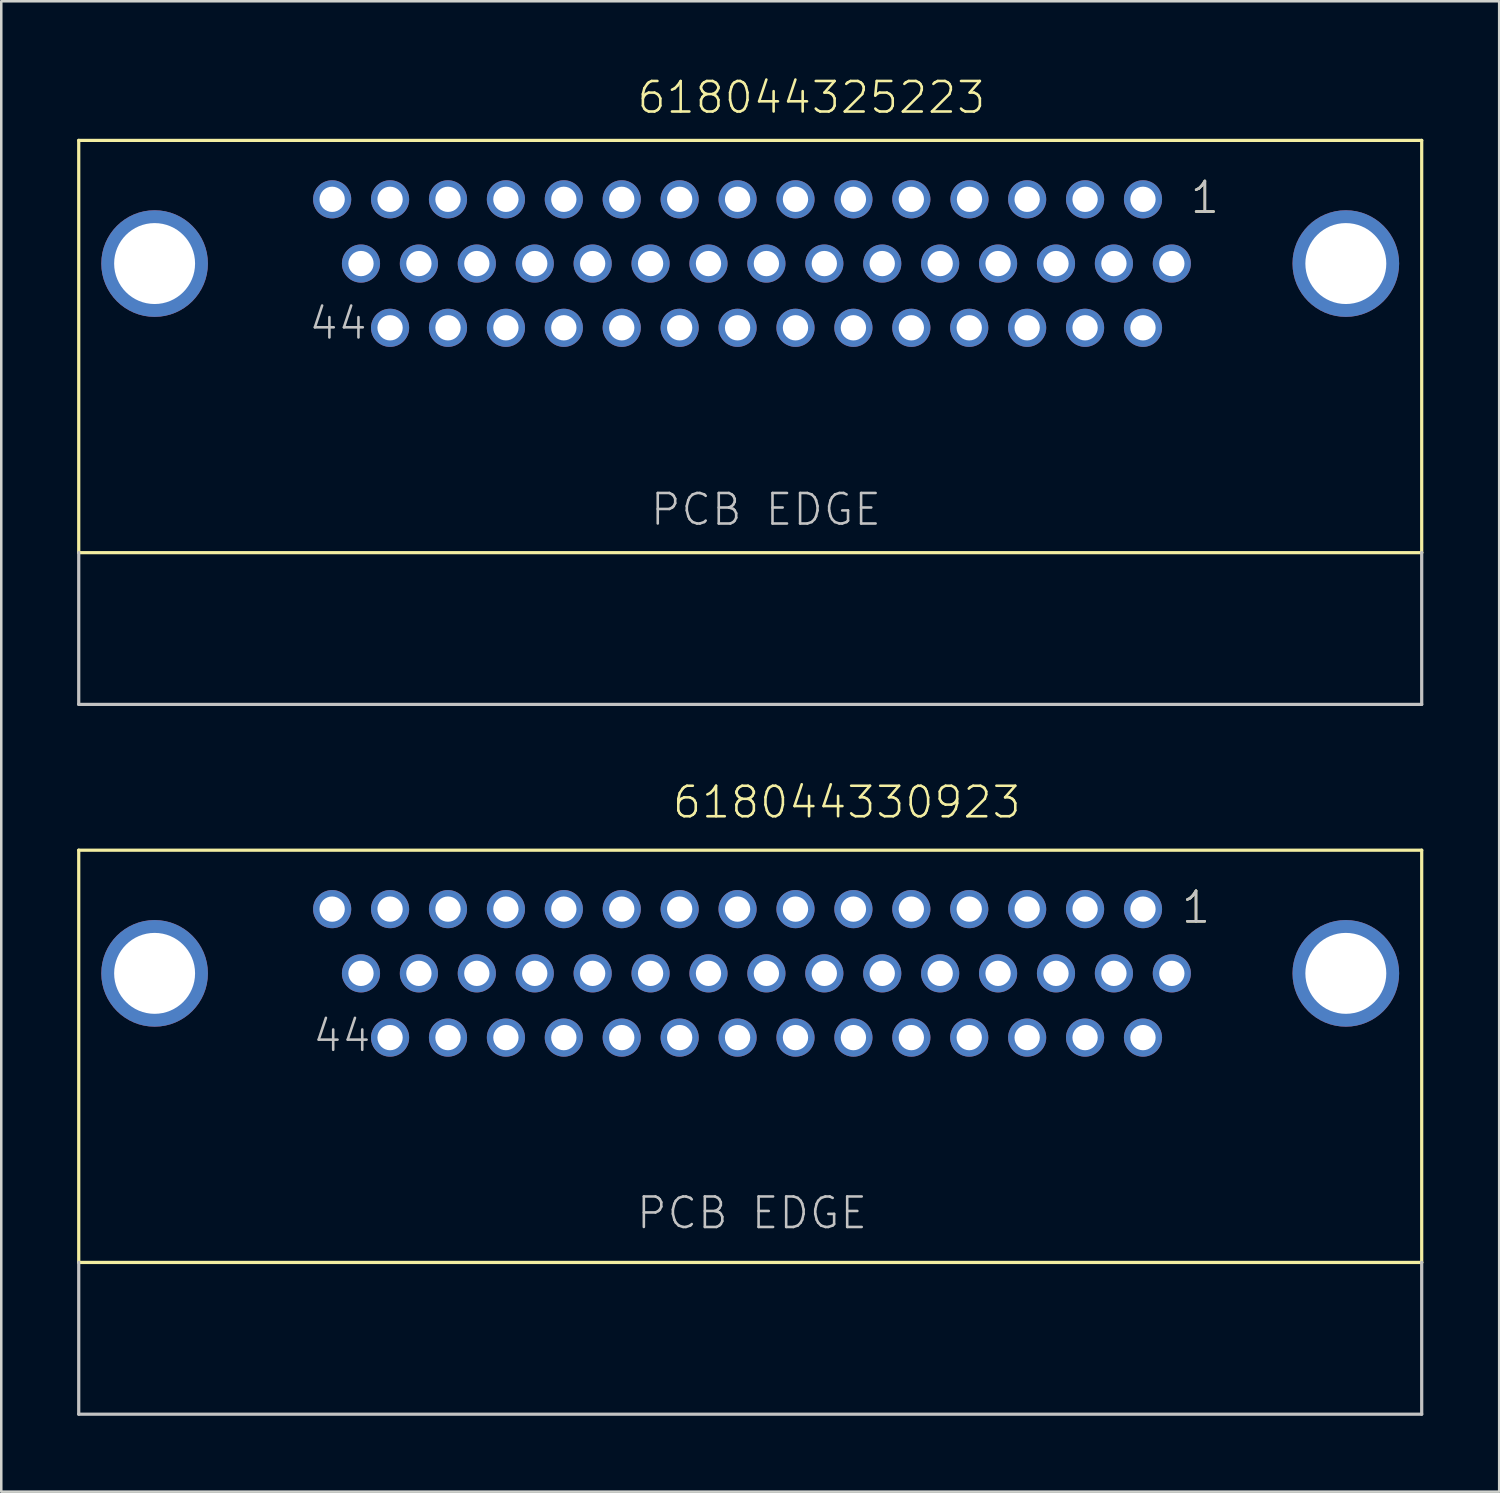
<source format=kicad_pcb>
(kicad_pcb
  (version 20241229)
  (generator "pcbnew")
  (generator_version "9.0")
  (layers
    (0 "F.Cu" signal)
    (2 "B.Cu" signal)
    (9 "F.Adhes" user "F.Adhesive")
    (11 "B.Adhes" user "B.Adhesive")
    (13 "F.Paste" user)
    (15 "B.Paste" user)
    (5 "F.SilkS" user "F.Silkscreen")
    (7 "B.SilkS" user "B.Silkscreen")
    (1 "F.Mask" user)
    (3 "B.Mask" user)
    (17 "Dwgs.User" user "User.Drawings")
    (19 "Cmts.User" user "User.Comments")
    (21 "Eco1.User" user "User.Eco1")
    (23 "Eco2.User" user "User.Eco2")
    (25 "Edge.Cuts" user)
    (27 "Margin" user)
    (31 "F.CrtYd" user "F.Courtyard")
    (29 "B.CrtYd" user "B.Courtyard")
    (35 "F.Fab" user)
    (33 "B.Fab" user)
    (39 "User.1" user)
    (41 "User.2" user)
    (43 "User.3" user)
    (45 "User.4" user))
  (footprint "618044330923"
    (layer "F.Cu")
    (at 26.613 35.436)
    (property "Reference" "618044330923" (at -3.14 -6.06 0) (layer "F.SilkS") (effects (font (size 1.206 1.206) (thickness 0.102)) (justify left bottom)))
    (attr through_hole)
    (fp_line (start -26.55 -4.87) (end 26.55 -4.87) (stroke (width 0.127) (type solid)) (layer "F.SilkS"))
    (fp_line (start -26.55 11.43) (end -26.55 -4.87) (stroke (width 0.127) (type solid)) (layer "F.SilkS"))
    (fp_line (start 26.55 -4.87) (end 26.55 11.43) (stroke (width 0.127) (type solid)) (layer "F.SilkS"))
    (fp_line (start 26.55 11.43) (end -26.55 11.43) (stroke (width 0.127) (type solid)) (layer "F.SilkS"))
    (fp_line (start -26.55 17.43) (end -26.55 11.43) (stroke (width 0.127) (type solid)) (layer "Dwgs.User"))
    (fp_line (start 26.55 11.43) (end 26.55 17.43) (stroke (width 0.127) (type solid)) (layer "Dwgs.User"))
    (fp_line (start 26.55 17.43) (end -26.55 17.43) (stroke (width 0.127) (type solid)) (layer "Dwgs.User"))
    (fp_text user "1" (at 16.985 -1.905 0) (layer "F.SilkS") (effects (font (size 1.206 1.206) (thickness 0.102)) (justify left bottom)))
    (fp_text user "1" (at 16.985 -1.905 0) (layer "Dwgs.User") (effects (font (size 1.206 1.206) (thickness 0.102)) (justify left bottom)))
    (fp_text user "PCB EDGE" (at -4.56 10.18 0) (layer "Dwgs.User") (effects (font (size 1.206 1.206) (thickness 0.102)) (justify left bottom)))
    (fp_text user "44" (at -17.36 3.175 0) (layer "Dwgs.User") (effects (font (size 1.206 1.206) (thickness 0.102)) (justify left bottom)))
    (pad "1" thru_hole circle (at 15.53 -2.54) (size 1.508 1.508) (drill 1) (layers "*.Cu" "*.Mask"))
    (pad "2" thru_hole circle (at 13.24 -2.54) (size 1.508 1.508) (drill 1) (layers "*.Cu" "*.Mask"))
    (pad "3" thru_hole circle (at 10.95 -2.54) (size 1.508 1.508) (drill 1) (layers "*.Cu" "*.Mask"))
    (pad "4" thru_hole circle (at 8.66 -2.54) (size 1.508 1.508) (drill 1) (layers "*.Cu" "*.Mask"))
    (pad "5" thru_hole circle (at 6.37 -2.54) (size 1.508 1.508) (drill 1) (layers "*.Cu" "*.Mask"))
    (pad "6" thru_hole circle (at 4.08 -2.54) (size 1.508 1.508) (drill 1) (layers "*.Cu" "*.Mask"))
    (pad "7" thru_hole circle (at 1.79 -2.54) (size 1.508 1.508) (drill 1) (layers "*.Cu" "*.Mask"))
    (pad "8" thru_hole circle (at -0.5 -2.54) (size 1.508 1.508) (drill 1) (layers "*.Cu" "*.Mask"))
    (pad "9" thru_hole circle (at -2.79 -2.54) (size 1.508 1.508) (drill 1) (layers "*.Cu" "*.Mask"))
    (pad "10" thru_hole circle (at -5.08 -2.54) (size 1.508 1.508) (drill 1) (layers "*.Cu" "*.Mask"))
    (pad "11" thru_hole circle (at -7.37 -2.54) (size 1.508 1.508) (drill 1) (layers "*.Cu" "*.Mask"))
    (pad "12" thru_hole circle (at -9.66 -2.54) (size 1.508 1.508) (drill 1) (layers "*.Cu" "*.Mask"))
    (pad "13" thru_hole circle (at -11.95 -2.54) (size 1.508 1.508) (drill 1) (layers "*.Cu" "*.Mask"))
    (pad "14" thru_hole circle (at -14.24 -2.54) (size 1.508 1.508) (drill 1) (layers "*.Cu" "*.Mask"))
    (pad "15" thru_hole circle (at -16.53 -2.54) (size 1.508 1.508) (drill 1) (layers "*.Cu" "*.Mask"))
    (pad "16" thru_hole circle (at 16.67 0) (size 1.508 1.508) (drill 1) (layers "*.Cu" "*.Mask"))
    (pad "17" thru_hole circle (at 14.38 0) (size 1.508 1.508) (drill 1) (layers "*.Cu" "*.Mask"))
    (pad "18" thru_hole circle (at 12.09 0) (size 1.508 1.508) (drill 1) (layers "*.Cu" "*.Mask"))
    (pad "19" thru_hole circle (at 9.8 0) (size 1.508 1.508) (drill 1) (layers "*.Cu" "*.Mask"))
    (pad "20" thru_hole circle (at 7.51 0) (size 1.508 1.508) (drill 1) (layers "*.Cu" "*.Mask"))
    (pad "21" thru_hole circle (at 5.22 0) (size 1.508 1.508) (drill 1) (layers "*.Cu" "*.Mask"))
    (pad "22" thru_hole circle (at 2.93 0) (size 1.508 1.508) (drill 1) (layers "*.Cu" "*.Mask"))
    (pad "23" thru_hole circle (at 0.64 0) (size 1.508 1.508) (drill 1) (layers "*.Cu" "*.Mask"))
    (pad "24" thru_hole circle (at -1.65 0) (size 1.508 1.508) (drill 1) (layers "*.Cu" "*.Mask"))
    (pad "25" thru_hole circle (at -3.94 0) (size 1.508 1.508) (drill 1) (layers "*.Cu" "*.Mask"))
    (pad "26" thru_hole circle (at -6.23 0) (size 1.508 1.508) (drill 1) (layers "*.Cu" "*.Mask"))
    (pad "27" thru_hole circle (at -8.52 0) (size 1.508 1.508) (drill 1) (layers "*.Cu" "*.Mask"))
    (pad "28" thru_hole circle (at -10.81 0) (size 1.508 1.508) (drill 1) (layers "*.Cu" "*.Mask"))
    (pad "29" thru_hole circle (at -13.1 0) (size 1.508 1.508) (drill 1) (layers "*.Cu" "*.Mask"))
    (pad "30" thru_hole circle (at -15.39 0) (size 1.508 1.508) (drill 1) (layers "*.Cu" "*.Mask"))
    (pad "31" thru_hole circle (at 15.53 2.54) (size 1.508 1.508) (drill 1) (layers "*.Cu" "*.Mask"))
    (pad "32" thru_hole circle (at 13.24 2.54) (size 1.508 1.508) (drill 1) (layers "*.Cu" "*.Mask"))
    (pad "33" thru_hole circle (at 10.95 2.54) (size 1.508 1.508) (drill 1) (layers "*.Cu" "*.Mask"))
    (pad "34" thru_hole circle (at 8.66 2.54) (size 1.508 1.508) (drill 1) (layers "*.Cu" "*.Mask"))
    (pad "35" thru_hole circle (at 6.37 2.54) (size 1.508 1.508) (drill 1) (layers "*.Cu" "*.Mask"))
    (pad "36" thru_hole circle (at 4.08 2.54) (size 1.508 1.508) (drill 1) (layers "*.Cu" "*.Mask"))
    (pad "37" thru_hole circle (at 1.79 2.54) (size 1.508 1.508) (drill 1) (layers "*.Cu" "*.Mask"))
    (pad "38" thru_hole circle (at -0.5 2.54) (size 1.508 1.508) (drill 1) (layers "*.Cu" "*.Mask"))
    (pad "39" thru_hole circle (at -2.79 2.54) (size 1.508 1.508) (drill 1) (layers "*.Cu" "*.Mask"))
    (pad "40" thru_hole circle (at -5.08 2.54) (size 1.508 1.508) (drill 1) (layers "*.Cu" "*.Mask"))
    (pad "41" thru_hole circle (at -7.37 2.54) (size 1.508 1.508) (drill 1) (layers "*.Cu" "*.Mask"))
    (pad "42" thru_hole circle (at -9.66 2.54) (size 1.508 1.508) (drill 1) (layers "*.Cu" "*.Mask"))
    (pad "43" thru_hole circle (at -11.95 2.54) (size 1.508 1.508) (drill 1) (layers "*.Cu" "*.Mask"))
    (pad "44" thru_hole circle (at -14.24 2.54) (size 1.508 1.508) (drill 1) (layers "*.Cu" "*.Mask"))
    (pad "SHEL" thru_hole circle (at -23.55 0) (size 4.216 4.216) (drill 3.2) (layers "*.Cu" "*.Mask"))
    (pad "SHEL" thru_hole circle (at 23.55 0) (size 4.216 4.216) (drill 3.2) (layers "*.Cu" "*.Mask")))
  (footprint "618044325223"
    (layer "F.Cu")
    (at 26.613 7.371)
    (property "Reference" "618044325223" (at -4.54 -5.86 0) (layer "F.SilkS") (effects (font (size 1.206 1.206) (thickness 0.102)) (justify left bottom)))
    (attr through_hole)
    (fp_line (start -26.55 -4.87) (end 26.55 -4.87) (stroke (width 0.127) (type solid)) (layer "F.SilkS"))
    (fp_line (start -26.55 11.43) (end -26.55 -4.87) (stroke (width 0.127) (type solid)) (layer "F.SilkS"))
    (fp_line (start 26.55 -4.87) (end 26.55 11.43) (stroke (width 0.127) (type solid)) (layer "F.SilkS"))
    (fp_line (start 26.55 11.43) (end -26.55 11.43) (stroke (width 0.127) (type solid)) (layer "F.SilkS"))
    (fp_line (start -26.55 17.43) (end -26.55 11.43) (stroke (width 0.127) (type solid)) (layer "Dwgs.User"))
    (fp_line (start 26.55 11.43) (end 26.55 17.43) (stroke (width 0.127) (type solid)) (layer "Dwgs.User"))
    (fp_line (start 26.55 17.43) (end -26.55 17.43) (stroke (width 0.127) (type solid)) (layer "Dwgs.User"))
    (fp_text user "1" (at 17.335 -1.905 0) (layer "F.SilkS") (effects (font (size 1.206 1.206) (thickness 0.102)) (justify left bottom)))
    (fp_text user "1" (at 17.335 -1.905 0) (layer "Dwgs.User") (effects (font (size 1.206 1.206) (thickness 0.102)) (justify left bottom)))
    (fp_text user "PCB EDGE" (at -4.01 10.43 0) (layer "Dwgs.User") (effects (font (size 1.206 1.206) (thickness 0.102)) (justify left bottom)))
    (fp_text user "44" (at -17.51 3.075 0) (layer "Dwgs.User") (effects (font (size 1.206 1.206) (thickness 0.102)) (justify left bottom)))
    (pad "1" thru_hole circle (at 15.53 -2.54) (size 1.508 1.508) (drill 1) (layers "*.Cu" "*.Mask"))
    (pad "2" thru_hole circle (at 13.24 -2.54) (size 1.508 1.508) (drill 1) (layers "*.Cu" "*.Mask"))
    (pad "3" thru_hole circle (at 10.95 -2.54) (size 1.508 1.508) (drill 1) (layers "*.Cu" "*.Mask"))
    (pad "4" thru_hole circle (at 8.67 -2.54) (size 1.508 1.508) (drill 1) (layers "*.Cu" "*.Mask"))
    (pad "5" thru_hole circle (at 6.37 -2.54) (size 1.508 1.508) (drill 1) (layers "*.Cu" "*.Mask"))
    (pad "6" thru_hole circle (at 4.08 -2.54) (size 1.508 1.508) (drill 1) (layers "*.Cu" "*.Mask"))
    (pad "7" thru_hole circle (at 1.79 -2.54) (size 1.508 1.508) (drill 1) (layers "*.Cu" "*.Mask"))
    (pad "8" thru_hole circle (at -0.5 -2.54) (size 1.508 1.508) (drill 1) (layers "*.Cu" "*.Mask"))
    (pad "9" thru_hole circle (at -2.79 -2.54) (size 1.508 1.508) (drill 1) (layers "*.Cu" "*.Mask"))
    (pad "10" thru_hole circle (at -5.08 -2.54) (size 1.508 1.508) (drill 1) (layers "*.Cu" "*.Mask"))
    (pad "11" thru_hole circle (at -7.37 -2.54) (size 1.508 1.508) (drill 1) (layers "*.Cu" "*.Mask"))
    (pad "12" thru_hole circle (at -9.66 -2.54) (size 1.508 1.508) (drill 1) (layers "*.Cu" "*.Mask"))
    (pad "13" thru_hole circle (at -11.95 -2.54) (size 1.508 1.508) (drill 1) (layers "*.Cu" "*.Mask"))
    (pad "14" thru_hole circle (at -14.24 -2.54) (size 1.508 1.508) (drill 1) (layers "*.Cu" "*.Mask"))
    (pad "15" thru_hole circle (at -16.53 -2.54) (size 1.508 1.508) (drill 1) (layers "*.Cu" "*.Mask"))
    (pad "16" thru_hole circle (at 16.67 0) (size 1.508 1.508) (drill 1) (layers "*.Cu" "*.Mask"))
    (pad "17" thru_hole circle (at 14.38 0) (size 1.508 1.508) (drill 1) (layers "*.Cu" "*.Mask"))
    (pad "18" thru_hole circle (at 12.09 0) (size 1.508 1.508) (drill 1) (layers "*.Cu" "*.Mask"))
    (pad "19" thru_hole circle (at 9.8 0) (size 1.508 1.508) (drill 1) (layers "*.Cu" "*.Mask"))
    (pad "20" thru_hole circle (at 7.51 0) (size 1.508 1.508) (drill 1) (layers "*.Cu" "*.Mask"))
    (pad "21" thru_hole circle (at 5.22 0) (size 1.508 1.508) (drill 1) (layers "*.Cu" "*.Mask"))
    (pad "22" thru_hole circle (at 2.93 0) (size 1.508 1.508) (drill 1) (layers "*.Cu" "*.Mask"))
    (pad "23" thru_hole circle (at 0.64 0) (size 1.508 1.508) (drill 1) (layers "*.Cu" "*.Mask"))
    (pad "24" thru_hole circle (at -1.65 0) (size 1.508 1.508) (drill 1) (layers "*.Cu" "*.Mask"))
    (pad "25" thru_hole circle (at -3.94 0) (size 1.508 1.508) (drill 1) (layers "*.Cu" "*.Mask"))
    (pad "26" thru_hole circle (at -6.23 0) (size 1.508 1.508) (drill 1) (layers "*.Cu" "*.Mask"))
    (pad "27" thru_hole circle (at -8.52 0) (size 1.508 1.508) (drill 1) (layers "*.Cu" "*.Mask"))
    (pad "28" thru_hole circle (at -10.81 0) (size 1.508 1.508) (drill 1) (layers "*.Cu" "*.Mask"))
    (pad "29" thru_hole circle (at -13.1 0) (size 1.508 1.508) (drill 1) (layers "*.Cu" "*.Mask"))
    (pad "30" thru_hole circle (at -15.39 0) (size 1.508 1.508) (drill 1) (layers "*.Cu" "*.Mask"))
    (pad "31" thru_hole circle (at 15.53 2.54) (size 1.508 1.508) (drill 1) (layers "*.Cu" "*.Mask"))
    (pad "32" thru_hole circle (at 13.24 2.54) (size 1.508 1.508) (drill 1) (layers "*.Cu" "*.Mask"))
    (pad "33" thru_hole circle (at 10.95 2.54) (size 1.508 1.508) (drill 1) (layers "*.Cu" "*.Mask"))
    (pad "34" thru_hole circle (at 8.66 2.54) (size 1.508 1.508) (drill 1) (layers "*.Cu" "*.Mask"))
    (pad "35" thru_hole circle (at 6.37 2.54) (size 1.508 1.508) (drill 1) (layers "*.Cu" "*.Mask"))
    (pad "36" thru_hole circle (at 4.08 2.54) (size 1.508 1.508) (drill 1) (layers "*.Cu" "*.Mask"))
    (pad "37" thru_hole circle (at 1.79 2.54) (size 1.508 1.508) (drill 1) (layers "*.Cu" "*.Mask"))
    (pad "38" thru_hole circle (at -0.5 2.54) (size 1.508 1.508) (drill 1) (layers "*.Cu" "*.Mask"))
    (pad "39" thru_hole circle (at -2.79 2.54) (size 1.508 1.508) (drill 1) (layers "*.Cu" "*.Mask"))
    (pad "40" thru_hole circle (at -5.08 2.54) (size 1.508 1.508) (drill 1) (layers "*.Cu" "*.Mask"))
    (pad "41" thru_hole circle (at -7.37 2.54) (size 1.508 1.508) (drill 1) (layers "*.Cu" "*.Mask"))
    (pad "42" thru_hole circle (at -9.66 2.54) (size 1.508 1.508) (drill 1) (layers "*.Cu" "*.Mask"))
    (pad "43" thru_hole circle (at -11.95 2.54) (size 1.508 1.508) (drill 1) (layers "*.Cu" "*.Mask"))
    (pad "44" thru_hole circle (at -14.24 2.54) (size 1.508 1.508) (drill 1) (layers "*.Cu" "*.Mask"))
    (pad "SHEL" thru_hole circle (at -23.55 0) (size 4.216 4.216) (drill 3.2) (layers "*.Cu" "*.Mask"))
    (pad "SHEL" thru_hole circle (at 23.55 0) (size 4.216 4.216) (drill 3.2) (layers "*.Cu" "*.Mask")))
  (gr_rect
    (start -3 -3)
    (end 56.227 55.93)
    (stroke (width 0.1) (type default))
    (fill no)
    (layer "Edge.Cuts")))
</source>
